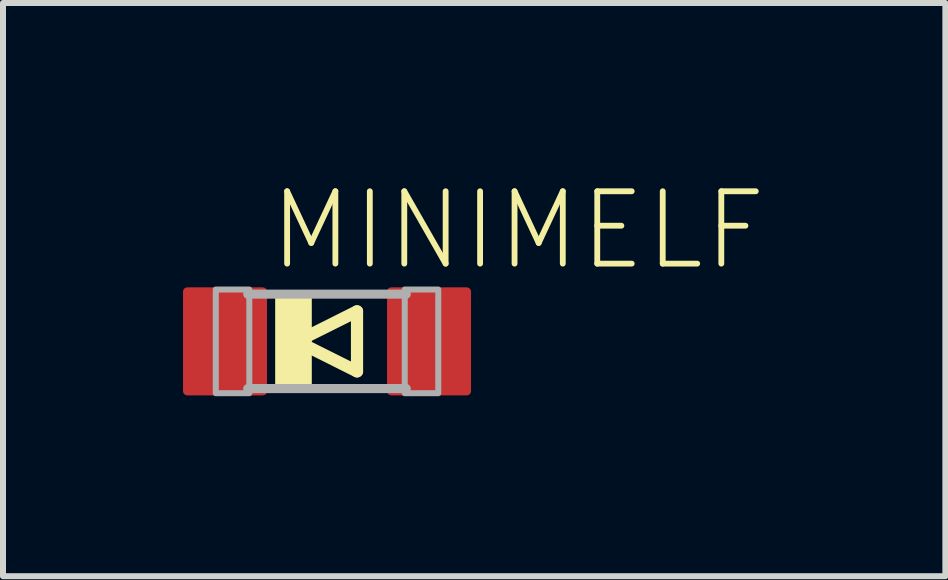
<source format=kicad_pcb>
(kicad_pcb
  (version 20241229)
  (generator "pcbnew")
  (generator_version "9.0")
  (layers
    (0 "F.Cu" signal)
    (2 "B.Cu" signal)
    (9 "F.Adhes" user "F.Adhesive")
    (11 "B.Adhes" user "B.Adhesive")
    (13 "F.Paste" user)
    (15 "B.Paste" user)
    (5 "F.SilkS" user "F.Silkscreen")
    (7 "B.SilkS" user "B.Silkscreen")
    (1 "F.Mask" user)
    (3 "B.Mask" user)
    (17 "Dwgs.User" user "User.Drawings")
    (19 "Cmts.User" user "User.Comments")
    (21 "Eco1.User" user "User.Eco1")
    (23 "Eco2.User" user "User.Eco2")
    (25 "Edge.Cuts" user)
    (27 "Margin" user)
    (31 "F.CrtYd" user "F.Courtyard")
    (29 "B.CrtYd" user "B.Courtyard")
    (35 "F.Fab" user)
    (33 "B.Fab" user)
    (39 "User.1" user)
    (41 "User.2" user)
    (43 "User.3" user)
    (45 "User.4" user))
  (footprint "MINIMELF"
    (layer "F.Cu")
    (at 2.4 2.639)
    (property "Reference" "MINIMELF" (at -1.016 -1.143 0) (layer "F.SilkS") (effects (font (size 1.206 1.206) (thickness 0.097)) (justify left bottom)))
    (attr through_hole)
    (fp_line (start -0.5 0) (end 0.5 0.5) (stroke (width 0.203) (type solid)) (layer "F.SilkS"))
    (fp_line (start 0.5 -0.5) (end -0.5 0) (stroke (width 0.203) (type solid)) (layer "F.SilkS"))
    (fp_line (start 0.5 0.5) (end 0.5 -0.5) (stroke (width 0.203) (type solid)) (layer "F.SilkS"))
    (fp_poly (pts (xy -0.864 0.787) (xy -0.254 0.787) (xy -0.254 -0.787) (xy -0.864 -0.787)) (stroke (width 0) (type solid)) (fill yes) (layer "F.SilkS"))
    (fp_line (start 1.321 -0.787) (end -1.321 -0.787) (stroke (width 0.152) (type solid)) (layer "F.Fab"))
    (fp_line (start 1.321 0.787) (end -1.321 0.787) (stroke (width 0.152) (type solid)) (layer "F.Fab"))
    (fp_poly (pts (xy -1.854 0.864) (xy -1.295 0.864) (xy -1.295 -0.864) (xy -1.854 -0.864)) (stroke (width 0.1) (type solid)) (fill no) (layer "F.Fab"))
    (fp_poly (pts (xy 1.295 0.864) (xy 1.854 0.864) (xy 1.854 -0.864) (xy 1.295 -0.864)) (stroke (width 0.1) (type solid)) (fill no) (layer "F.Fab"))
    (pad "A" smd roundrect (at 1.7 0) (size 1.4 1.8) (layers "F.Cu" "F.Mask" "F.Paste") (roundrect_rratio 0.05))
    (pad "C" smd roundrect (at -1.7 0) (size 1.4 1.8) (layers "F.Cu" "F.Mask" "F.Paste") (roundrect_rratio 0.05)))
  (gr_rect
    (start -3 -3)
    (end 12.705 6.553)
    (stroke (width 0.1) (type default))
    (fill no)
    (layer "Edge.Cuts")))
</source>
